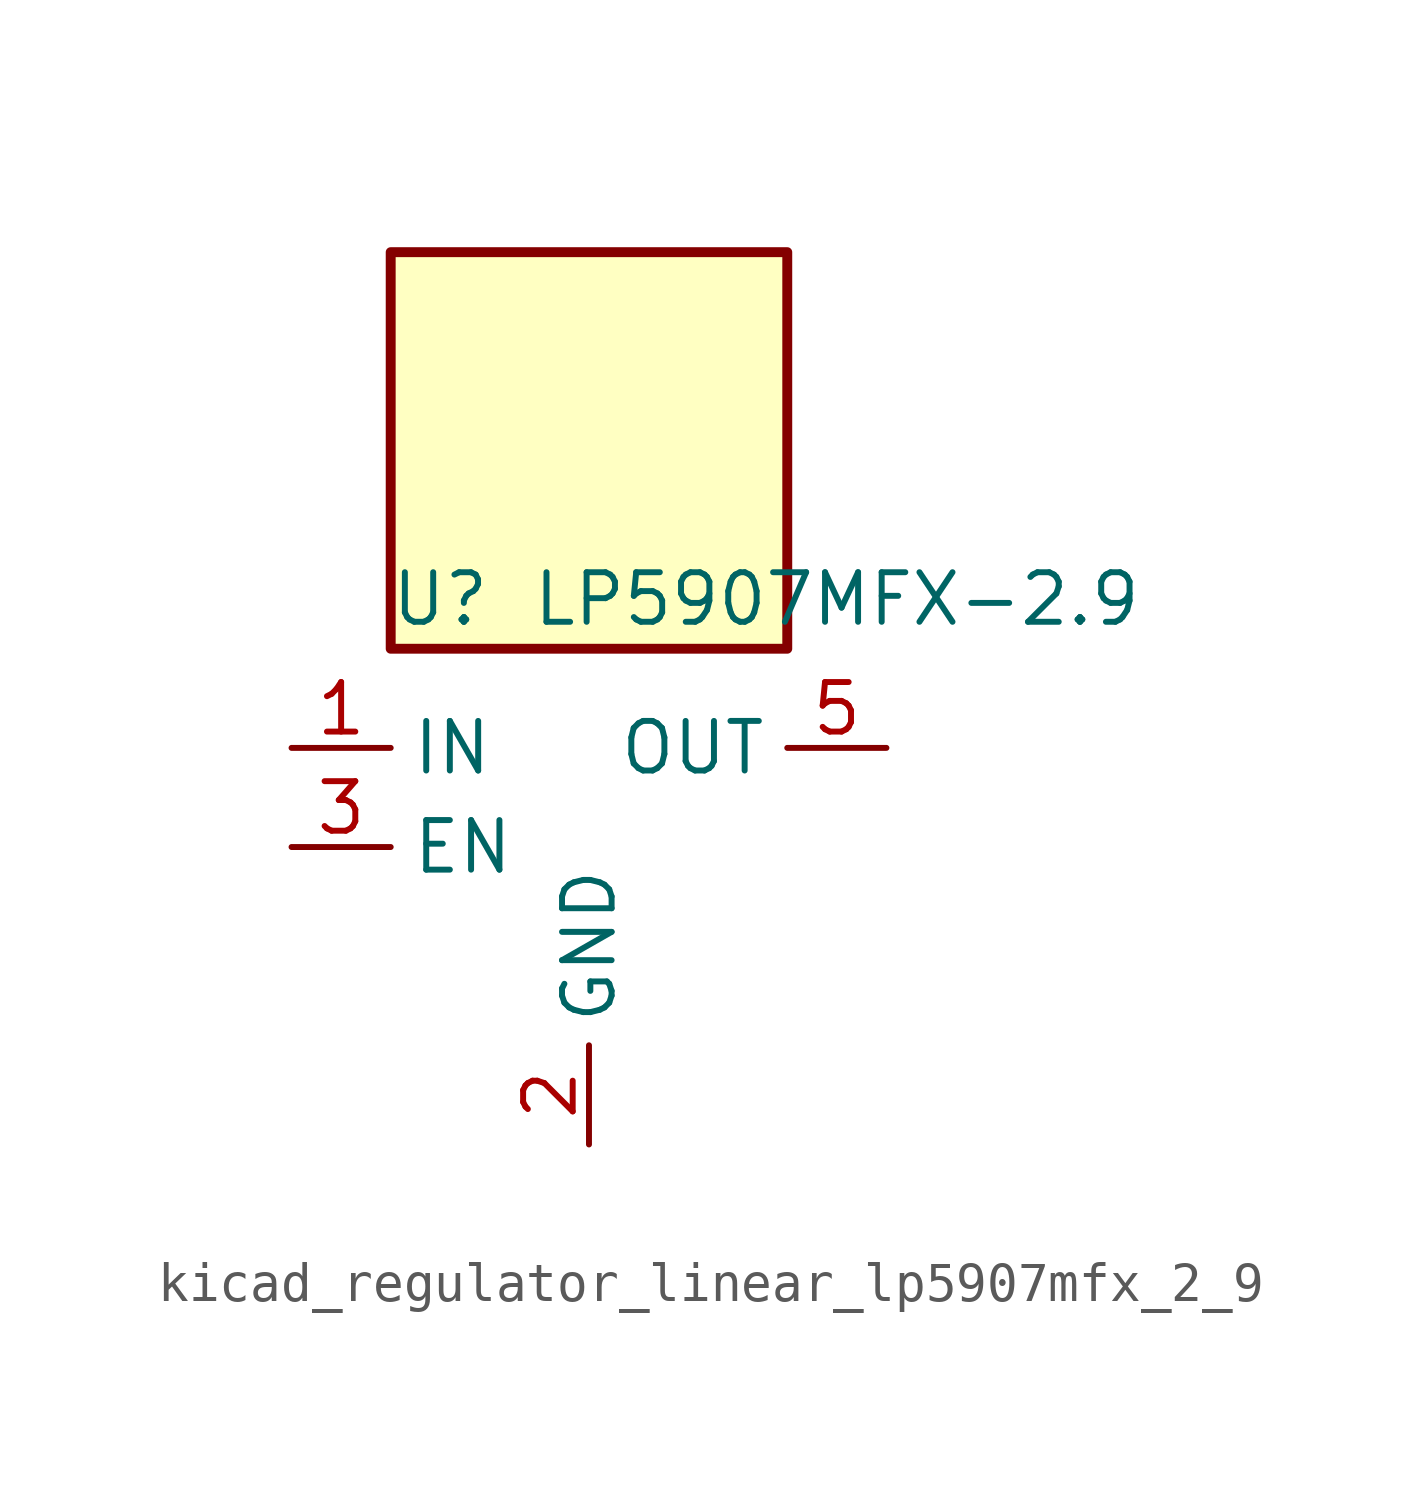
<source format=kicad_sym>
(kicad_symbol_lib
  (version 20220914)
  (generator kicad_symbol_editor)
  (symbol "kicad_regulator_linear_lp5907mfx_2_9"
    (property "Reference" "U"
      (at -3.81 6.35 0)
      (effects (font (size 1.27 1.27))))
    (property "Value" "LP5907MFX-2.9"
      (at 6.35 6.35 0)
      (effects (font (size 1.27 1.27))))
    (symbol "kicad_regulator_linear_lp5907mfx_2_9_0_1"
      (rectangle (start 5.08 15.24) (end -5.08 5.08) (stroke (width 0.254) (type default)) (fill (type background)))
      (pin power_in line (at -7.62 2.54 0) (length 2.54) (name "IN" (effects (font (size 1.27 1.27)))) (number "1" (effects (font (size 1.27 1.27)))))
      (pin power_in line (at 0 -7.62 90) (length 2.54) (name "GND" (effects (font (size 1.27 1.27)))) (number "2" (effects (font (size 1.27 1.27)))))
      (pin input line (at -7.62 0 0) (length 2.54) (name "EN" (effects (font (size 1.27 1.27)))) (number "3" (effects (font (size 1.27 1.27)))))
      (pin no_connect line (at 5.08 0 180) (length 2.54) hide (name "NC" (effects (font (size 1.27 1.27)))) (number "4" (effects (font (size 1.27 1.27)))))
      (pin power_out line (at 7.62 2.54 180) (length 2.54) (name "OUT" (effects (font (size 1.27 1.27)))) (number "5" (effects (font (size 1.27 1.27))))))))
</source>
